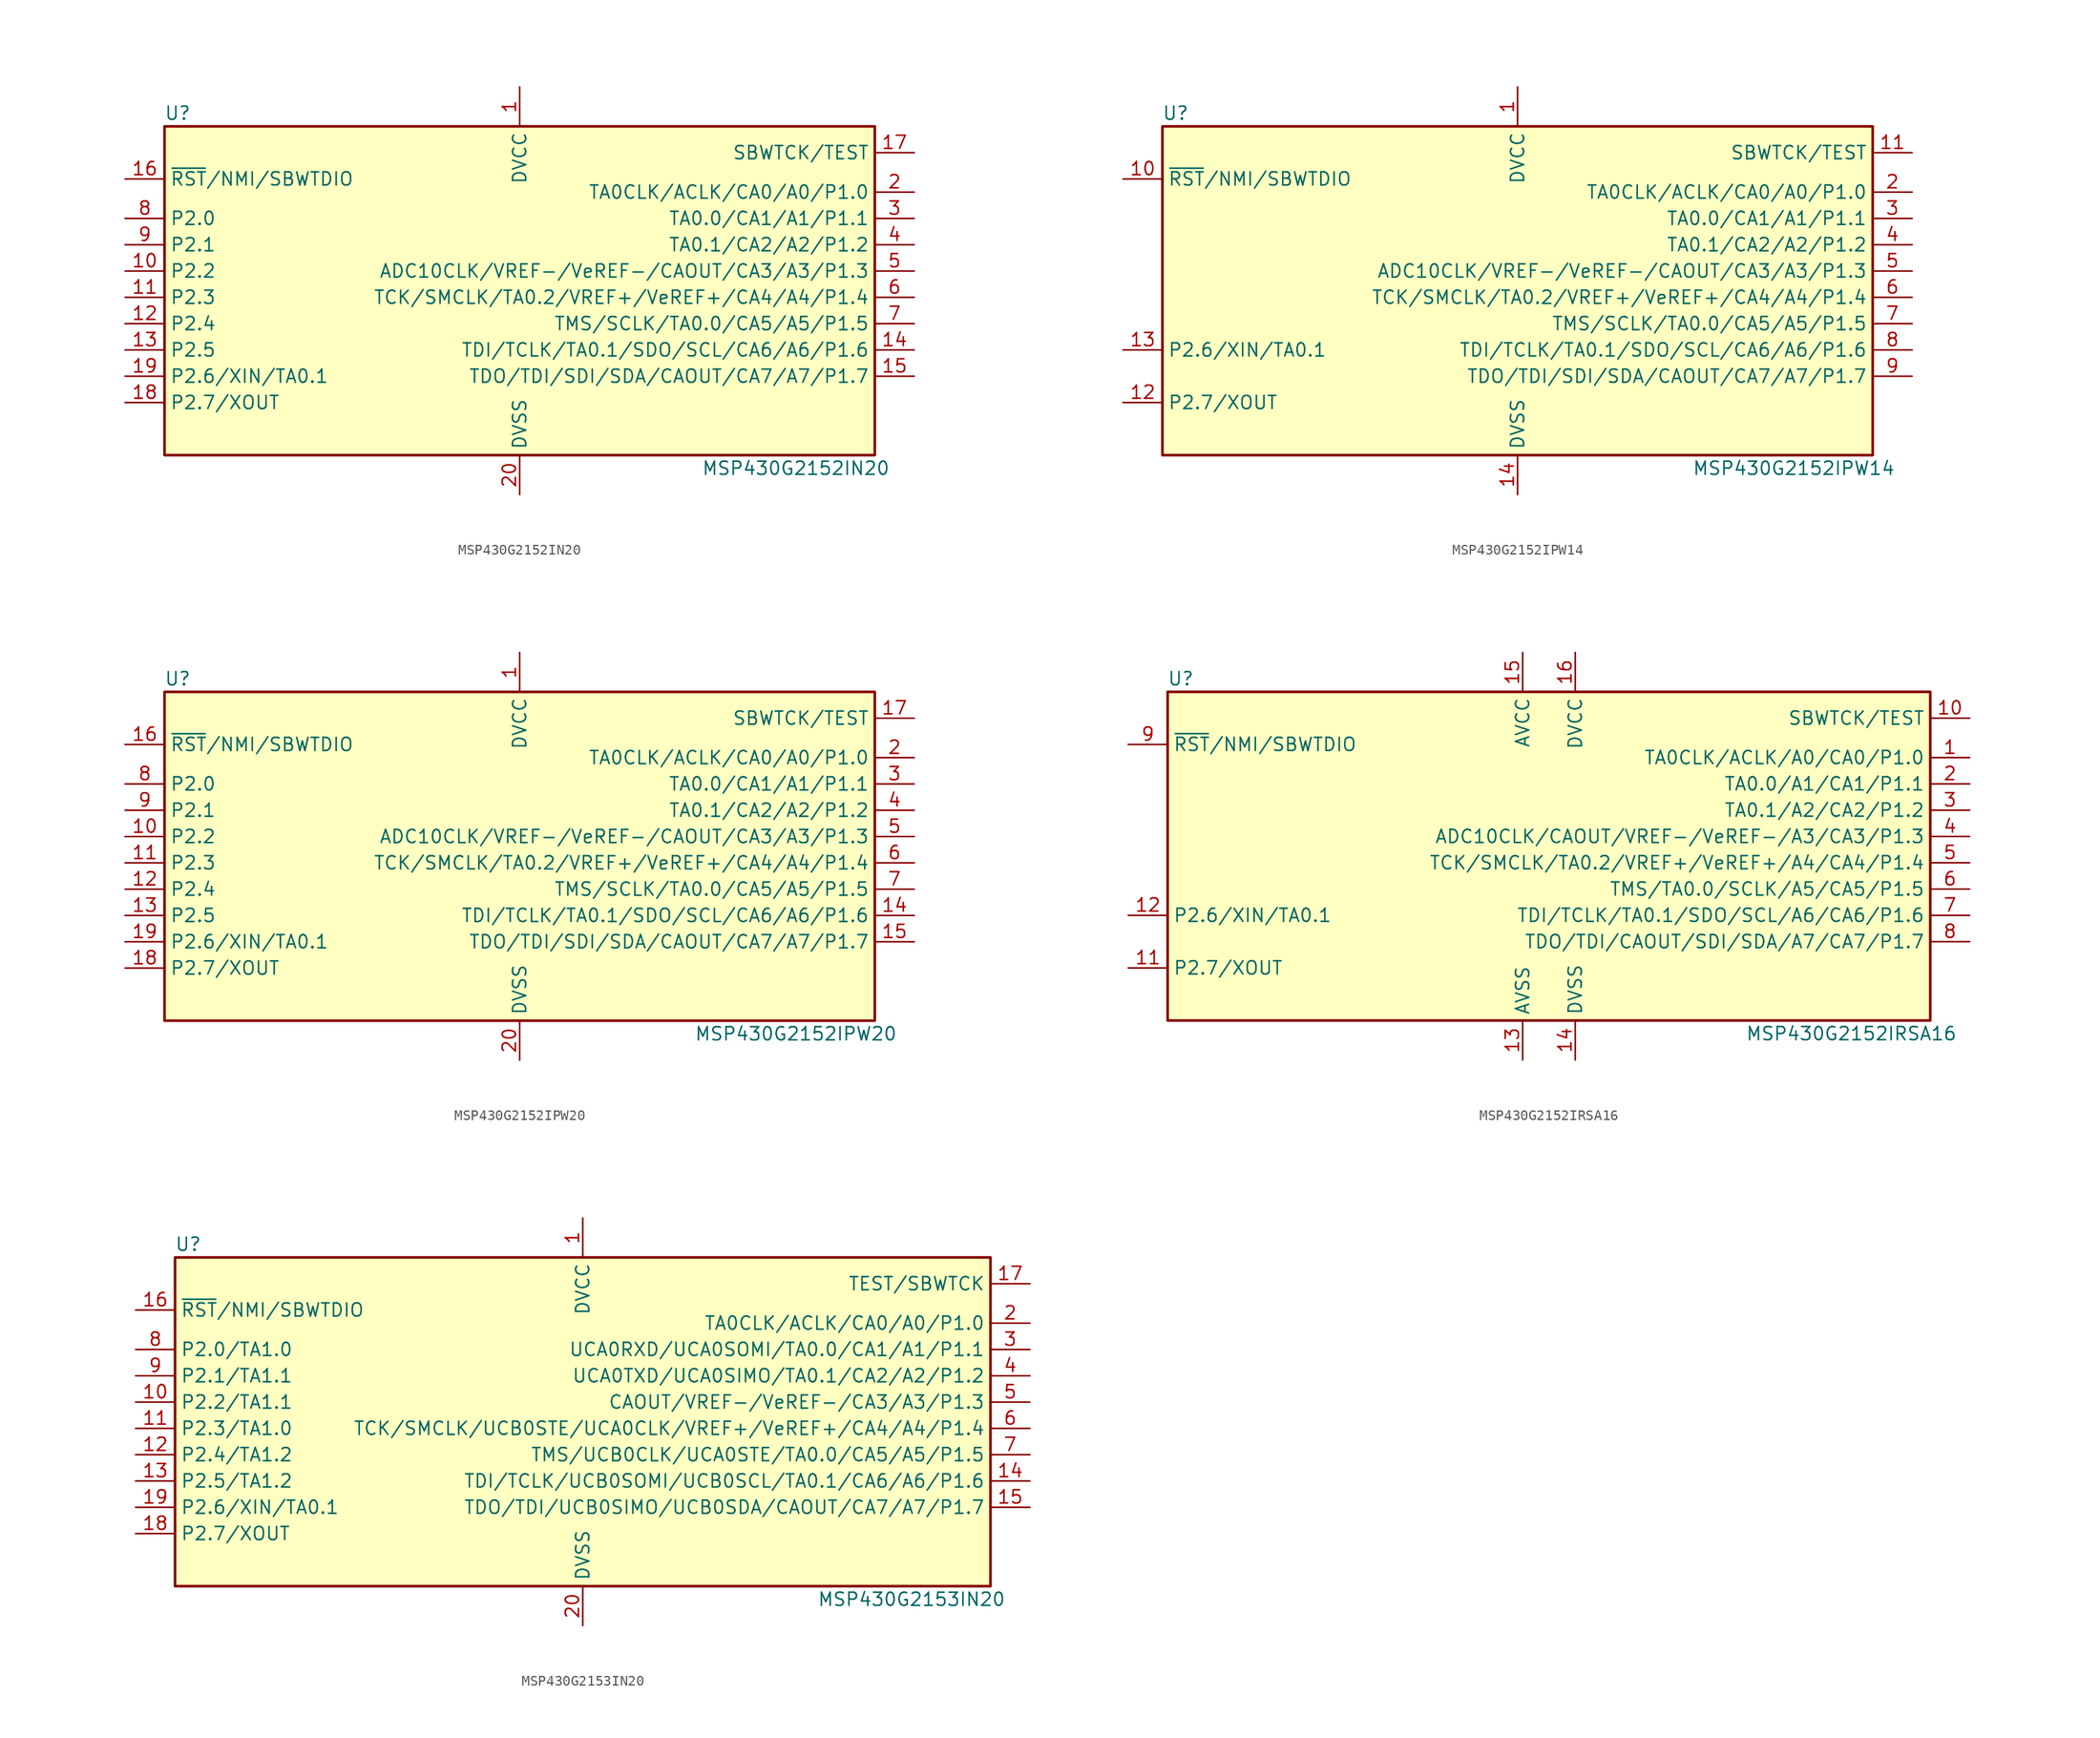
<source format=kicad_sym>
(kicad_symbol_lib
  (version 20241209)
  (generator "kicad_symbol_editor")
  (generator_version "9.0")
  (symbol "MSP430G2152IN20"
    (property "Reference" "U"
      (at -33.02 17.78 0)
      (effects (font (size 1.27 1.27))))
    (property "Value" "MSP430G2152IN20"
      (at 26.67 -16.51 0)
      (effects (font (size 1.27 1.27))))
    (symbol "MSP430G2152IN20_0_1"
      (rectangle (start -34.29 16.51) (end 34.29 -15.24) (stroke (width 0.254) (type default)) (fill (type background))))
    (symbol "MSP430G2152IN20_1_1"
      (pin input line (at -38.1 11.43 0) (length 3.81) (name "~{RST}/NMI/SBWTDIO" (effects (font (size 1.27 1.27)))) (number "16" (effects (font (size 1.27 1.27)))))
      (pin bidirectional line (at -38.1 7.62 0) (length 3.81) (name "P2.0" (effects (font (size 1.27 1.27)))) (number "8" (effects (font (size 1.27 1.27)))))
      (pin bidirectional line (at -38.1 5.08 0) (length 3.81) (name "P2.1" (effects (font (size 1.27 1.27)))) (number "9" (effects (font (size 1.27 1.27)))))
      (pin bidirectional line (at -38.1 2.54 0) (length 3.81) (name "P2.2" (effects (font (size 1.27 1.27)))) (number "10" (effects (font (size 1.27 1.27)))))
      (pin bidirectional line (at -38.1 0 0) (length 3.81) (name "P2.3" (effects (font (size 1.27 1.27)))) (number "11" (effects (font (size 1.27 1.27)))))
      (pin bidirectional line (at -38.1 -2.54 0) (length 3.81) (name "P2.4" (effects (font (size 1.27 1.27)))) (number "12" (effects (font (size 1.27 1.27)))))
      (pin bidirectional line (at -38.1 -5.08 0) (length 3.81) (name "P2.5" (effects (font (size 1.27 1.27)))) (number "13" (effects (font (size 1.27 1.27)))))
      (pin bidirectional line (at -38.1 -7.62 0) (length 3.81) (name "P2.6/XIN/TA0.1" (effects (font (size 1.27 1.27)))) (number "19" (effects (font (size 1.27 1.27)))))
      (pin bidirectional line (at -38.1 -10.16 0) (length 3.81) (name "P2.7/XOUT" (effects (font (size 1.27 1.27)))) (number "18" (effects (font (size 1.27 1.27)))))
      (pin power_in line (at 0 20.32 270) (length 3.81) (name "DVCC" (effects (font (size 1.27 1.27)))) (number "1" (effects (font (size 1.27 1.27)))))
      (pin power_in line (at 0 -19.05 90) (length 3.81) (name "DVSS" (effects (font (size 1.27 1.27)))) (number "20" (effects (font (size 1.27 1.27)))))
      (pin input line (at 38.1 13.97 180) (length 3.81) (name "SBWTCK/TEST" (effects (font (size 1.27 1.27)))) (number "17" (effects (font (size 1.27 1.27)))))
      (pin bidirectional line (at 38.1 10.16 180) (length 3.81) (name "TA0CLK/ACLK/CA0/A0/P1.0" (effects (font (size 1.27 1.27)))) (number "2" (effects (font (size 1.27 1.27)))))
      (pin bidirectional line (at 38.1 7.62 180) (length 3.81) (name "TA0.0/CA1/A1/P1.1" (effects (font (size 1.27 1.27)))) (number "3" (effects (font (size 1.27 1.27)))))
      (pin bidirectional line (at 38.1 5.08 180) (length 3.81) (name "TA0.1/CA2/A2/P1.2" (effects (font (size 1.27 1.27)))) (number "4" (effects (font (size 1.27 1.27)))))
      (pin bidirectional line (at 38.1 2.54 180) (length 3.81) (name "ADC10CLK/VREF-/VeREF-/CAOUT/CA3/A3/P1.3" (effects (font (size 1.27 1.27)))) (number "5" (effects (font (size 1.27 1.27)))))
      (pin bidirectional line (at 38.1 0 180) (length 3.81) (name "TCK/SMCLK/TA0.2/VREF+/VeREF+/CA4/A4/P1.4" (effects (font (size 1.27 1.27)))) (number "6" (effects (font (size 1.27 1.27)))))
      (pin bidirectional line (at 38.1 -2.54 180) (length 3.81) (name "TMS/SCLK/TA0.0/CA5/A5/P1.5" (effects (font (size 1.27 1.27)))) (number "7" (effects (font (size 1.27 1.27)))))
      (pin bidirectional line (at 38.1 -5.08 180) (length 3.81) (name "TDI/TCLK/TA0.1/SDO/SCL/CA6/A6/P1.6" (effects (font (size 1.27 1.27)))) (number "14" (effects (font (size 1.27 1.27)))))
      (pin bidirectional line (at 38.1 -7.62 180) (length 3.81) (name "TDO/TDI/SDI/SDA/CAOUT/CA7/A7/P1.7" (effects (font (size 1.27 1.27)))) (number "15" (effects (font (size 1.27 1.27)))))))
  (symbol "MSP430G2152IPW14"
    (property "Reference" "U"
      (at -33.02 17.78 0)
      (effects (font (size 1.27 1.27))))
    (property "Value" "MSP430G2152IPW14"
      (at 26.67 -16.51 0)
      (effects (font (size 1.27 1.27))))
    (symbol "MSP430G2152IPW14_0_1"
      (rectangle (start -34.29 16.51) (end 34.29 -15.24) (stroke (width 0.254) (type default)) (fill (type background))))
    (symbol "MSP430G2152IPW14_1_1"
      (pin input line (at -38.1 11.43 0) (length 3.81) (name "~{RST}/NMI/SBWTDIO" (effects (font (size 1.27 1.27)))) (number "10" (effects (font (size 1.27 1.27)))))
      (pin bidirectional line (at -38.1 -5.08 0) (length 3.81) (name "P2.6/XIN/TA0.1" (effects (font (size 1.27 1.27)))) (number "13" (effects (font (size 1.27 1.27)))))
      (pin bidirectional line (at -38.1 -10.16 0) (length 3.81) (name "P2.7/XOUT" (effects (font (size 1.27 1.27)))) (number "12" (effects (font (size 1.27 1.27)))))
      (pin power_in line (at 0 20.32 270) (length 3.81) (name "DVCC" (effects (font (size 1.27 1.27)))) (number "1" (effects (font (size 1.27 1.27)))))
      (pin power_in line (at 0 -19.05 90) (length 3.81) (name "DVSS" (effects (font (size 1.27 1.27)))) (number "14" (effects (font (size 1.27 1.27)))))
      (pin input line (at 38.1 13.97 180) (length 3.81) (name "SBWTCK/TEST" (effects (font (size 1.27 1.27)))) (number "11" (effects (font (size 1.27 1.27)))))
      (pin bidirectional line (at 38.1 10.16 180) (length 3.81) (name "TA0CLK/ACLK/CA0/A0/P1.0" (effects (font (size 1.27 1.27)))) (number "2" (effects (font (size 1.27 1.27)))))
      (pin bidirectional line (at 38.1 7.62 180) (length 3.81) (name "TA0.0/CA1/A1/P1.1" (effects (font (size 1.27 1.27)))) (number "3" (effects (font (size 1.27 1.27)))))
      (pin bidirectional line (at 38.1 5.08 180) (length 3.81) (name "TA0.1/CA2/A2/P1.2" (effects (font (size 1.27 1.27)))) (number "4" (effects (font (size 1.27 1.27)))))
      (pin bidirectional line (at 38.1 2.54 180) (length 3.81) (name "ADC10CLK/VREF-/VeREF-/CAOUT/CA3/A3/P1.3" (effects (font (size 1.27 1.27)))) (number "5" (effects (font (size 1.27 1.27)))))
      (pin bidirectional line (at 38.1 0 180) (length 3.81) (name "TCK/SMCLK/TA0.2/VREF+/VeREF+/CA4/A4/P1.4" (effects (font (size 1.27 1.27)))) (number "6" (effects (font (size 1.27 1.27)))))
      (pin bidirectional line (at 38.1 -2.54 180) (length 3.81) (name "TMS/SCLK/TA0.0/CA5/A5/P1.5" (effects (font (size 1.27 1.27)))) (number "7" (effects (font (size 1.27 1.27)))))
      (pin bidirectional line (at 38.1 -5.08 180) (length 3.81) (name "TDI/TCLK/TA0.1/SDO/SCL/CA6/A6/P1.6" (effects (font (size 1.27 1.27)))) (number "8" (effects (font (size 1.27 1.27)))))
      (pin bidirectional line (at 38.1 -7.62 180) (length 3.81) (name "TDO/TDI/SDI/SDA/CAOUT/CA7/A7/P1.7" (effects (font (size 1.27 1.27)))) (number "9" (effects (font (size 1.27 1.27)))))))
  (symbol "MSP430G2152IPW20"
    (property "Reference" "U"
      (at -33.02 17.78 0)
      (effects (font (size 1.27 1.27))))
    (property "Value" "MSP430G2152IPW20"
      (at 26.67 -16.51 0)
      (effects (font (size 1.27 1.27))))
    (symbol "MSP430G2152IPW20_0_1"
      (rectangle (start -34.29 16.51) (end 34.29 -15.24) (stroke (width 0.254) (type default)) (fill (type background))))
    (symbol "MSP430G2152IPW20_1_1"
      (pin input line (at -38.1 11.43 0) (length 3.81) (name "~{RST}/NMI/SBWTDIO" (effects (font (size 1.27 1.27)))) (number "16" (effects (font (size 1.27 1.27)))))
      (pin bidirectional line (at -38.1 7.62 0) (length 3.81) (name "P2.0" (effects (font (size 1.27 1.27)))) (number "8" (effects (font (size 1.27 1.27)))))
      (pin bidirectional line (at -38.1 5.08 0) (length 3.81) (name "P2.1" (effects (font (size 1.27 1.27)))) (number "9" (effects (font (size 1.27 1.27)))))
      (pin bidirectional line (at -38.1 2.54 0) (length 3.81) (name "P2.2" (effects (font (size 1.27 1.27)))) (number "10" (effects (font (size 1.27 1.27)))))
      (pin bidirectional line (at -38.1 0 0) (length 3.81) (name "P2.3" (effects (font (size 1.27 1.27)))) (number "11" (effects (font (size 1.27 1.27)))))
      (pin bidirectional line (at -38.1 -2.54 0) (length 3.81) (name "P2.4" (effects (font (size 1.27 1.27)))) (number "12" (effects (font (size 1.27 1.27)))))
      (pin bidirectional line (at -38.1 -5.08 0) (length 3.81) (name "P2.5" (effects (font (size 1.27 1.27)))) (number "13" (effects (font (size 1.27 1.27)))))
      (pin bidirectional line (at -38.1 -7.62 0) (length 3.81) (name "P2.6/XIN/TA0.1" (effects (font (size 1.27 1.27)))) (number "19" (effects (font (size 1.27 1.27)))))
      (pin bidirectional line (at -38.1 -10.16 0) (length 3.81) (name "P2.7/XOUT" (effects (font (size 1.27 1.27)))) (number "18" (effects (font (size 1.27 1.27)))))
      (pin power_in line (at 0 20.32 270) (length 3.81) (name "DVCC" (effects (font (size 1.27 1.27)))) (number "1" (effects (font (size 1.27 1.27)))))
      (pin power_in line (at 0 -19.05 90) (length 3.81) (name "DVSS" (effects (font (size 1.27 1.27)))) (number "20" (effects (font (size 1.27 1.27)))))
      (pin input line (at 38.1 13.97 180) (length 3.81) (name "SBWTCK/TEST" (effects (font (size 1.27 1.27)))) (number "17" (effects (font (size 1.27 1.27)))))
      (pin bidirectional line (at 38.1 10.16 180) (length 3.81) (name "TA0CLK/ACLK/CA0/A0/P1.0" (effects (font (size 1.27 1.27)))) (number "2" (effects (font (size 1.27 1.27)))))
      (pin bidirectional line (at 38.1 7.62 180) (length 3.81) (name "TA0.0/CA1/A1/P1.1" (effects (font (size 1.27 1.27)))) (number "3" (effects (font (size 1.27 1.27)))))
      (pin bidirectional line (at 38.1 5.08 180) (length 3.81) (name "TA0.1/CA2/A2/P1.2" (effects (font (size 1.27 1.27)))) (number "4" (effects (font (size 1.27 1.27)))))
      (pin bidirectional line (at 38.1 2.54 180) (length 3.81) (name "ADC10CLK/VREF-/VeREF-/CAOUT/CA3/A3/P1.3" (effects (font (size 1.27 1.27)))) (number "5" (effects (font (size 1.27 1.27)))))
      (pin bidirectional line (at 38.1 0 180) (length 3.81) (name "TCK/SMCLK/TA0.2/VREF+/VeREF+/CA4/A4/P1.4" (effects (font (size 1.27 1.27)))) (number "6" (effects (font (size 1.27 1.27)))))
      (pin bidirectional line (at 38.1 -2.54 180) (length 3.81) (name "TMS/SCLK/TA0.0/CA5/A5/P1.5" (effects (font (size 1.27 1.27)))) (number "7" (effects (font (size 1.27 1.27)))))
      (pin bidirectional line (at 38.1 -5.08 180) (length 3.81) (name "TDI/TCLK/TA0.1/SDO/SCL/CA6/A6/P1.6" (effects (font (size 1.27 1.27)))) (number "14" (effects (font (size 1.27 1.27)))))
      (pin bidirectional line (at 38.1 -7.62 180) (length 3.81) (name "TDO/TDI/SDI/SDA/CAOUT/CA7/A7/P1.7" (effects (font (size 1.27 1.27)))) (number "15" (effects (font (size 1.27 1.27)))))))
  (symbol "MSP430G2152IRSA16"
    (property "Reference" "U"
      (at -35.56 17.78 0)
      (effects (font (size 1.27 1.27))))
    (property "Value" "MSP430G2152IRSA16"
      (at 29.21 -16.51 0)
      (effects (font (size 1.27 1.27))))
    (symbol "MSP430G2152IRSA16_0_1"
      (rectangle (start -36.83 16.51) (end 36.83 -15.24) (stroke (width 0.254) (type default)) (fill (type background))))
    (symbol "MSP430G2152IRSA16_1_1"
      (pin input line (at -40.64 11.43 0) (length 3.81) (name "~{RST}/NMI/SBWTDIO" (effects (font (size 1.27 1.27)))) (number "9" (effects (font (size 1.27 1.27)))))
      (pin bidirectional line (at -40.64 -5.08 0) (length 3.81) (name "P2.6/XIN/TA0.1" (effects (font (size 1.27 1.27)))) (number "12" (effects (font (size 1.27 1.27)))))
      (pin bidirectional line (at -40.64 -10.16 0) (length 3.81) (name "P2.7/XOUT" (effects (font (size 1.27 1.27)))) (number "11" (effects (font (size 1.27 1.27)))))
      (pin power_in line (at -2.54 20.32 270) (length 3.81) (name "AVCC" (effects (font (size 1.27 1.27)))) (number "15" (effects (font (size 1.27 1.27)))))
      (pin power_in line (at -2.54 -19.05 90) (length 3.81) (name "AVSS" (effects (font (size 1.27 1.27)))) (number "13" (effects (font (size 1.27 1.27)))))
      (pin power_in line (at 2.54 20.32 270) (length 3.81) (name "DVCC" (effects (font (size 1.27 1.27)))) (number "16" (effects (font (size 1.27 1.27)))))
      (pin power_in line (at 2.54 -19.05 90) (length 3.81) (name "DVSS" (effects (font (size 1.27 1.27)))) (number "14" (effects (font (size 1.27 1.27)))))
      (pin input line (at 40.64 13.97 180) (length 3.81) (name "SBWTCK/TEST" (effects (font (size 1.27 1.27)))) (number "10" (effects (font (size 1.27 1.27)))))
      (pin bidirectional line (at 40.64 10.16 180) (length 3.81) (name "TA0CLK/ACLK/A0/CA0/P1.0" (effects (font (size 1.27 1.27)))) (number "1" (effects (font (size 1.27 1.27)))))
      (pin bidirectional line (at 40.64 7.62 180) (length 3.81) (name "TA0.0/A1/CA1/P1.1" (effects (font (size 1.27 1.27)))) (number "2" (effects (font (size 1.27 1.27)))))
      (pin bidirectional line (at 40.64 5.08 180) (length 3.81) (name "TA0.1/A2/CA2/P1.2" (effects (font (size 1.27 1.27)))) (number "3" (effects (font (size 1.27 1.27)))))
      (pin bidirectional line (at 40.64 2.54 180) (length 3.81) (name "ADC10CLK/CAOUT/VREF-/VeREF-/A3/CA3/P1.3" (effects (font (size 1.27 1.27)))) (number "4" (effects (font (size 1.27 1.27)))))
      (pin bidirectional line (at 40.64 0 180) (length 3.81) (name "TCK/SMCLK/TA0.2/VREF+/VeREF+/A4/CA4/P1.4" (effects (font (size 1.27 1.27)))) (number "5" (effects (font (size 1.27 1.27)))))
      (pin bidirectional line (at 40.64 -2.54 180) (length 3.81) (name "TMS/TA0.0/SCLK/A5/CA5/P1.5" (effects (font (size 1.27 1.27)))) (number "6" (effects (font (size 1.27 1.27)))))
      (pin bidirectional line (at 40.64 -5.08 180) (length 3.81) (name "TDI/TCLK/TA0.1/SDO/SCL/A6/CA6/P1.6" (effects (font (size 1.27 1.27)))) (number "7" (effects (font (size 1.27 1.27)))))
      (pin bidirectional line (at 40.64 -7.62 180) (length 3.81) (name "TDO/TDI/CAOUT/SDI/SDA/A7/CA7/P1.7" (effects (font (size 1.27 1.27)))) (number "8" (effects (font (size 1.27 1.27)))))))
  (symbol "MSP430G2153IN20"
    (property "Reference" "U"
      (at -38.1 17.78 0)
      (effects (font (size 1.27 1.27))))
    (property "Value" "MSP430G2153IN20"
      (at 31.75 -16.51 0)
      (effects (font (size 1.27 1.27))))
    (symbol "MSP430G2153IN20_0_1"
      (rectangle (start -39.37 16.51) (end 39.37 -15.24) (stroke (width 0.254) (type default)) (fill (type background))))
    (symbol "MSP430G2153IN20_1_1"
      (pin input line (at -43.18 11.43 0) (length 3.81) (name "~{RST}/NMI/SBWTDIO" (effects (font (size 1.27 1.27)))) (number "16" (effects (font (size 1.27 1.27)))))
      (pin bidirectional line (at -43.18 7.62 0) (length 3.81) (name "P2.0/TA1.0" (effects (font (size 1.27 1.27)))) (number "8" (effects (font (size 1.27 1.27)))))
      (pin bidirectional line (at -43.18 5.08 0) (length 3.81) (name "P2.1/TA1.1" (effects (font (size 1.27 1.27)))) (number "9" (effects (font (size 1.27 1.27)))))
      (pin bidirectional line (at -43.18 2.54 0) (length 3.81) (name "P2.2/TA1.1" (effects (font (size 1.27 1.27)))) (number "10" (effects (font (size 1.27 1.27)))))
      (pin bidirectional line (at -43.18 0 0) (length 3.81) (name "P2.3/TA1.0" (effects (font (size 1.27 1.27)))) (number "11" (effects (font (size 1.27 1.27)))))
      (pin bidirectional line (at -43.18 -2.54 0) (length 3.81) (name "P2.4/TA1.2" (effects (font (size 1.27 1.27)))) (number "12" (effects (font (size 1.27 1.27)))))
      (pin bidirectional line (at -43.18 -5.08 0) (length 3.81) (name "P2.5/TA1.2" (effects (font (size 1.27 1.27)))) (number "13" (effects (font (size 1.27 1.27)))))
      (pin bidirectional line (at -43.18 -7.62 0) (length 3.81) (name "P2.6/XIN/TA0.1" (effects (font (size 1.27 1.27)))) (number "19" (effects (font (size 1.27 1.27)))))
      (pin bidirectional line (at -43.18 -10.16 0) (length 3.81) (name "P2.7/XOUT" (effects (font (size 1.27 1.27)))) (number "18" (effects (font (size 1.27 1.27)))))
      (pin power_in line (at 0 20.32 270) (length 3.81) (name "DVCC" (effects (font (size 1.27 1.27)))) (number "1" (effects (font (size 1.27 1.27)))))
      (pin power_in line (at 0 -19.05 90) (length 3.81) (name "DVSS" (effects (font (size 1.27 1.27)))) (number "20" (effects (font (size 1.27 1.27)))))
      (pin input line (at 43.18 13.97 180) (length 3.81) (name "TEST/SBWTCK" (effects (font (size 1.27 1.27)))) (number "17" (effects (font (size 1.27 1.27)))))
      (pin bidirectional line (at 43.18 10.16 180) (length 3.81) (name "TA0CLK/ACLK/CA0/A0/P1.0" (effects (font (size 1.27 1.27)))) (number "2" (effects (font (size 1.27 1.27)))))
      (pin bidirectional line (at 43.18 7.62 180) (length 3.81) (name "UCA0RXD/UCA0SOMI/TA0.0/CA1/A1/P1.1" (effects (font (size 1.27 1.27)))) (number "3" (effects (font (size 1.27 1.27)))))
      (pin bidirectional line (at 43.18 5.08 180) (length 3.81) (name "UCA0TXD/UCA0SIMO/TA0.1/CA2/A2/P1.2" (effects (font (size 1.27 1.27)))) (number "4" (effects (font (size 1.27 1.27)))))
      (pin bidirectional line (at 43.18 2.54 180) (length 3.81) (name "CAOUT/VREF-/VeREF-/CA3/A3/P1.3" (effects (font (size 1.27 1.27)))) (number "5" (effects (font (size 1.27 1.27)))))
      (pin bidirectional line (at 43.18 0 180) (length 3.81) (name "TCK/SMCLK/UCB0STE/UCA0CLK/VREF+/VeREF+/CA4/A4/P1.4" (effects (font (size 1.27 1.27)))) (number "6" (effects (font (size 1.27 1.27)))))
      (pin bidirectional line (at 43.18 -2.54 180) (length 3.81) (name "TMS/UCB0CLK/UCA0STE/TA0.0/CA5/A5/P1.5" (effects (font (size 1.27 1.27)))) (number "7" (effects (font (size 1.27 1.27)))))
      (pin bidirectional line (at 43.18 -5.08 180) (length 3.81) (name "TDI/TCLK/UCB0SOMI/UCB0SCL/TA0.1/CA6/A6/P1.6" (effects (font (size 1.27 1.27)))) (number "14" (effects (font (size 1.27 1.27)))))
      (pin bidirectional line (at 43.18 -7.62 180) (length 3.81) (name "TDO/TDI/UCB0SIMO/UCB0SDA/CAOUT/CA7/A7/P1.7" (effects (font (size 1.27 1.27)))) (number "15" (effects (font (size 1.27 1.27))))))))
</source>
